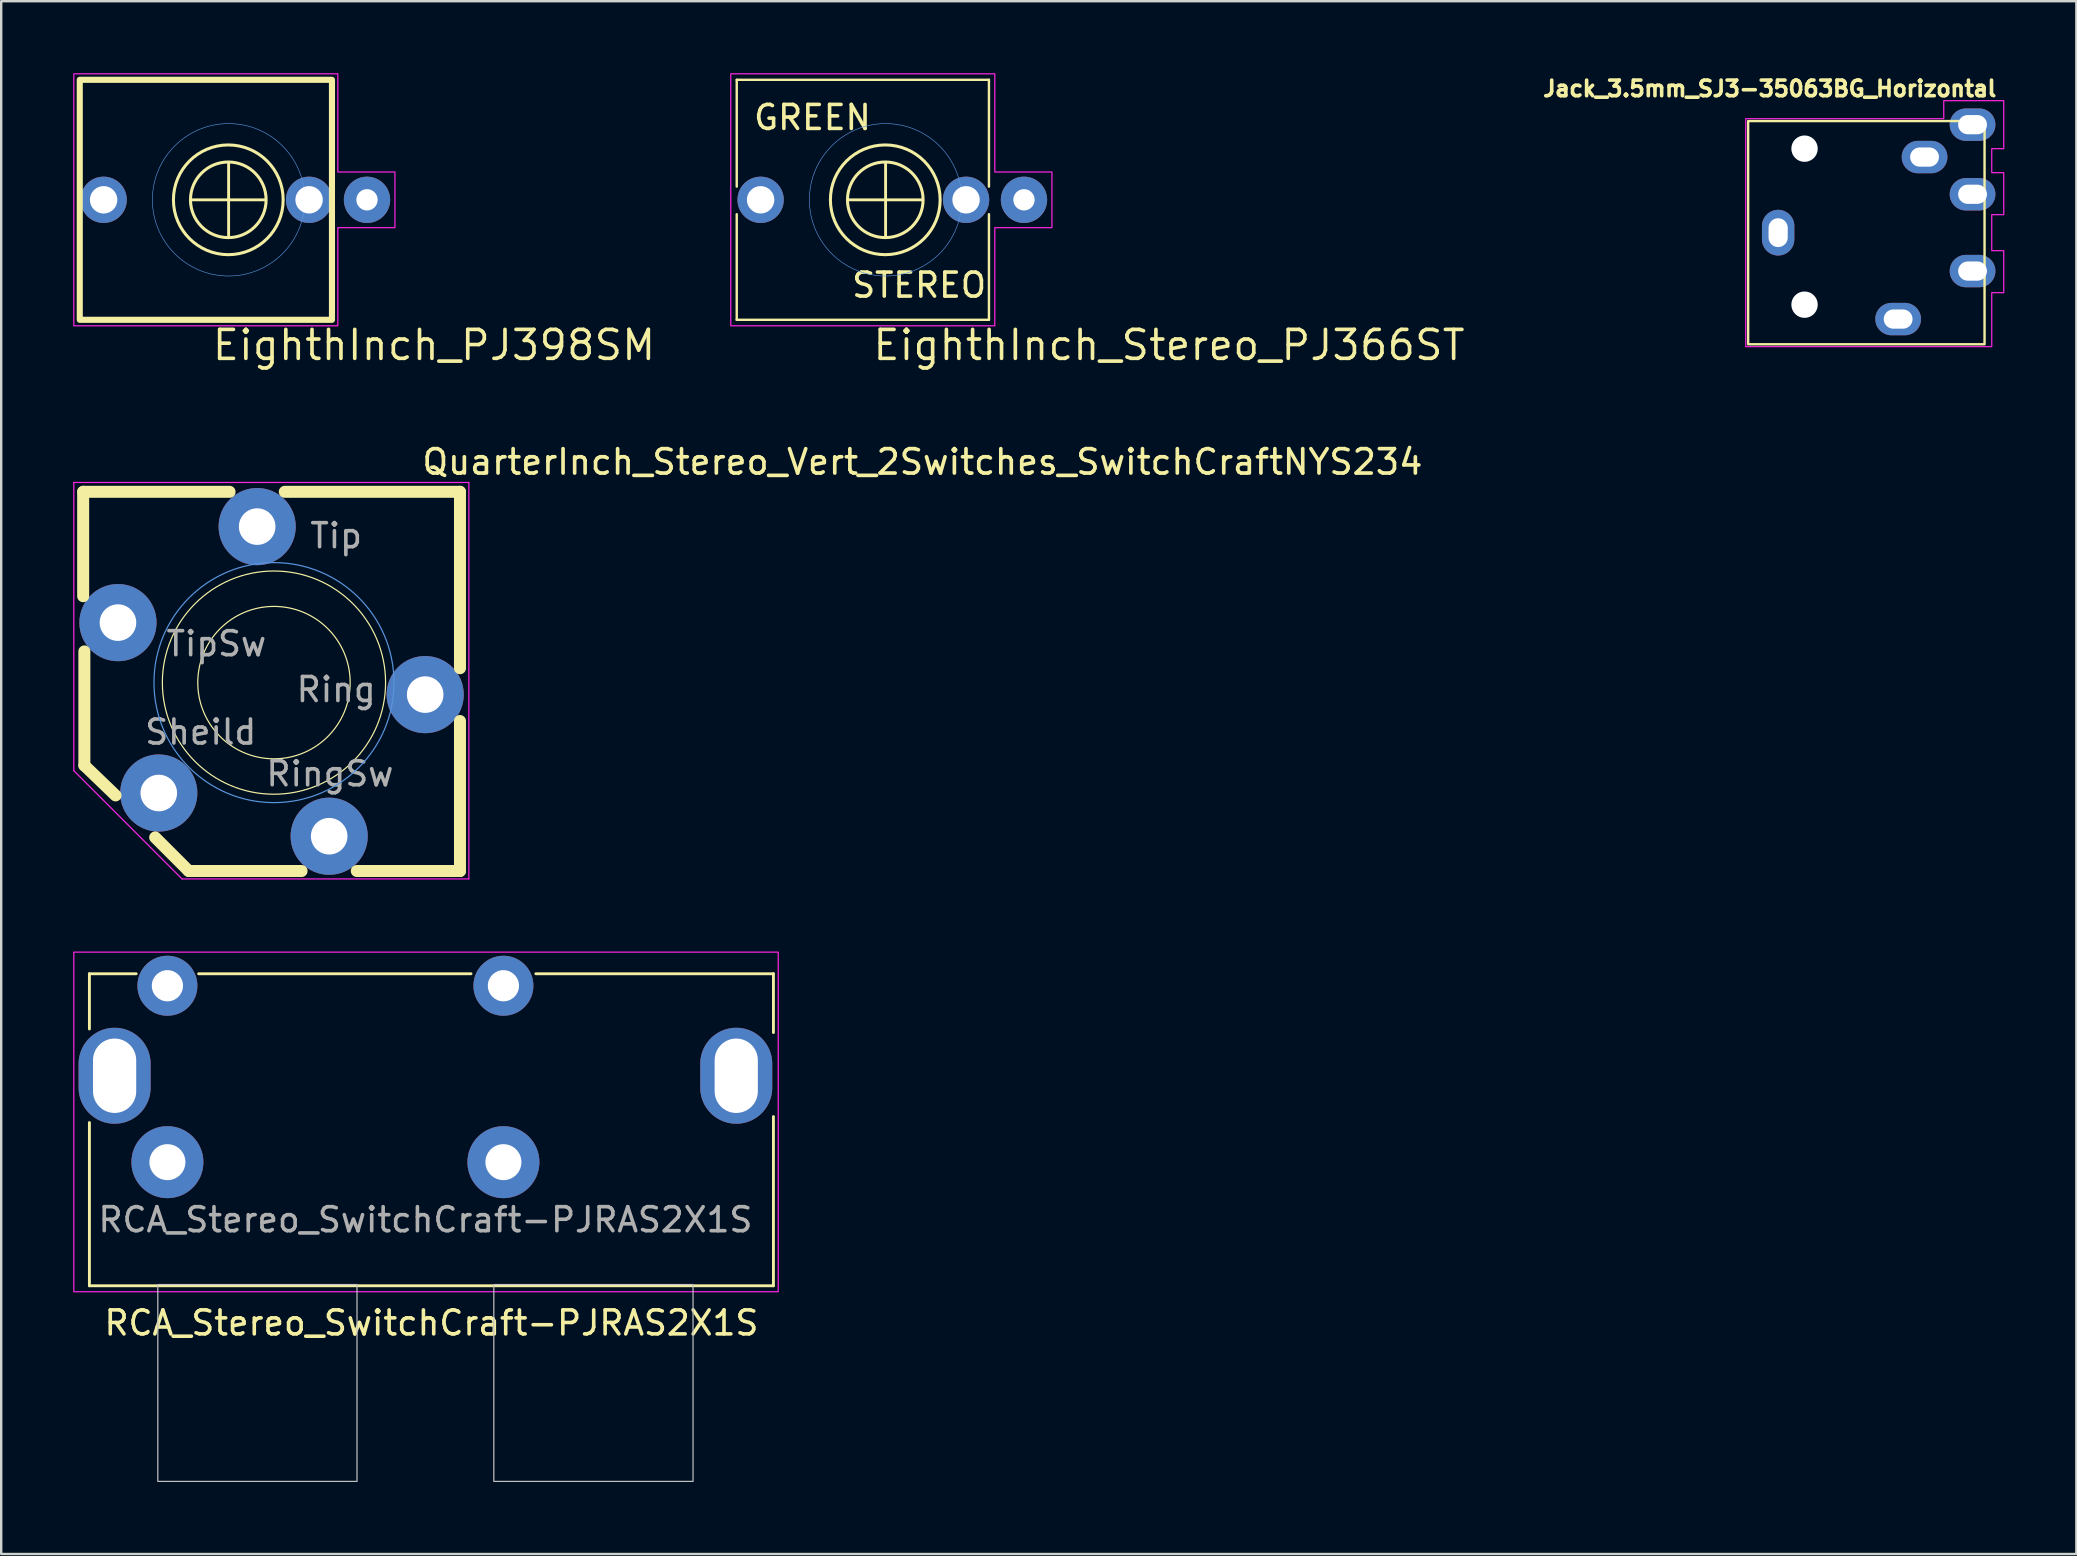
<source format=kicad_pcb>
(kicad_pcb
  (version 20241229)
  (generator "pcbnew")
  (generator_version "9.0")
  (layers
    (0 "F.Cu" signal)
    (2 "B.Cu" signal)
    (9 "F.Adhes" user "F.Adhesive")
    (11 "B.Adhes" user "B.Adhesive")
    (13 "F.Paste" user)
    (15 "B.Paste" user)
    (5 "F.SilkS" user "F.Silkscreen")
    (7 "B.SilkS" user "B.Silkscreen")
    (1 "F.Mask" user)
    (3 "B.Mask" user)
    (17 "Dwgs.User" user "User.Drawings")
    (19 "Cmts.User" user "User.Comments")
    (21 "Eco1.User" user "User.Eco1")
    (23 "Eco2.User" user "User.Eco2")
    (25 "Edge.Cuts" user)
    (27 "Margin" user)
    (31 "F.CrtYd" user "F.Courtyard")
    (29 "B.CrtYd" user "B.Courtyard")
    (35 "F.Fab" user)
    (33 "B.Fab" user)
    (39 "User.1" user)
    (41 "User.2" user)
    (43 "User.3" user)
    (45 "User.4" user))
  (footprint "QuarterInch_Stereo_Vert_2Switches_SwitchCraftNYS234"
    (layer "F.Cu")
    (at 8.365 25.391)
    (property "Reference" "QuarterInch_Stereo_Vert_2Switches_SwitchCraftNYS234" (at 6.09 -8.6 0) (layer "F.SilkS") (effects (font (size 1.016 1.016) (thickness 0.152)) (justify left bottom)))
    (attr through_hole)
    (fp_line (start -7.95 -7.95) (end -1.85 -7.95) (stroke (width 0.5) (type solid)) (layer "F.SilkS"))
    (fp_line (start -7.95 -3.6) (end -7.95 -7.95) (stroke (width 0.5) (type solid)) (layer "F.SilkS"))
    (fp_line (start -7.9 3.45) (end -7.9 -1.3) (stroke (width 0.5) (type solid)) (layer "F.SilkS"))
    (fp_line (start -6.6 4.7) (end -7.9 3.45) (stroke (width 0.5) (type solid)) (layer "F.SilkS"))
    (fp_line (start -3.55 7.85) (end -4.95 6.45) (stroke (width 0.5) (type solid)) (layer "F.SilkS"))
    (fp_line (start 0.45 -7.95) (end 7.75 -7.95) (stroke (width 0.5) (type solid)) (layer "F.SilkS"))
    (fp_line (start 1.15 7.85) (end -3.55 7.85) (stroke (width 0.5) (type solid)) (layer "F.SilkS"))
    (fp_line (start 7.75 -7.95) (end 7.75 -0.6) (stroke (width 0.5) (type solid)) (layer "F.SilkS"))
    (fp_line (start 7.75 1.6) (end 7.75 7.85) (stroke (width 0.5) (type solid)) (layer "F.SilkS"))
    (fp_line (start 7.75 7.85) (end 3.45 7.85) (stroke (width 0.5) (type solid)) (layer "F.SilkS"))
    (fp_circle (center 0 0) (end -4.65 0) (stroke (width 0.05) (type solid)) (fill no) (layer "F.SilkS"))
    (fp_circle (center 0 0) (end -3.175 0) (stroke (width 0.05) (type solid)) (fill no) (layer "F.SilkS"))
    (fp_circle (center 0 0) (end 0 -5) (stroke (width 0.05) (type solid)) (fill no) (layer "Cmts.User"))
    (fp_line (start -8.34 -8.34) (end 8.12 -8.34) (stroke (width 0.05) (type solid)) (layer "F.CrtYd"))
    (fp_line (start -8.34 3.67) (end -8.34 -8.34) (stroke (width 0.05) (type solid)) (layer "F.CrtYd"))
    (fp_line (start -3.83 8.18) (end -8.34 3.67) (stroke (width 0.05) (type solid)) (layer "F.CrtYd"))
    (fp_line (start 8.12 -8.34) (end 8.12 8.18) (stroke (width 0.05) (type solid)) (layer "F.CrtYd"))
    (fp_line (start 8.12 8.18) (end -3.83 8.18) (stroke (width 0.05) (type solid)) (layer "F.CrtYd"))
    (fp_text user "RingSw" (at -0.41 3.8 0) (layer "F.Fab") (effects (font (size 1 1) (thickness 0.15)) (justify left)))
    (fp_text user "Tip" (at 1.42 -6.12 180) (layer "F.Fab") (effects (font (size 1 1) (thickness 0.15)) (justify left)))
    (fp_text user "Ring" (at 0.85 0.29 0) (layer "F.Fab") (effects (font (size 1 1) (thickness 0.15)) (justify left)))
    (fp_text user "Sheild" (at -5.46 2.06 0) (layer "F.Fab") (effects (font (size 1 1) (thickness 0.15)) (justify left)))
    (fp_text user "TipSw" (at -4.57 -1.62 0) (layer "F.Fab") (effects (font (size 1 1) (thickness 0.15)) (justify left)))
    (pad "1" thru_hole circle (at -0.7 -6.5 270) (size 3.216 3.216) (drill 1.524) (layers "*.Cu" "*.Mask"))
    (pad "2" thru_hole circle (at -4.8 4.6 270) (size 3.216 3.216) (drill 1.524) (layers "*.Cu" "*.Mask"))
    (pad "3" thru_hole circle (at 6.3 0.5 270) (size 3.216 3.216) (drill 1.524) (layers "*.Cu" "*.Mask"))
    (pad "4" thru_hole circle (at -6.5 -2.5 270) (size 3.216 3.216) (drill 1.524) (layers "*.Cu" "*.Mask"))
    (pad "5" thru_hole circle (at 2.3 6.4 270) (size 3.216 3.216) (drill 1.524) (layers "*.Cu" "*.Mask")))
  (footprint "Jack_3.5mm_SJ3-35063BG_Horizontal"
    (layer "F.Cu")
    (at 69.686 6.644)
    (property "Reference" "Jack_3.5mm_SJ3-35063BG_Horizontal" (at 1 -6 180) (layer "F.SilkS") (effects (font (size 0.65 0.65) (thickness 0.15))))
    (attr smd)
    (fp_rect (start 0.1 -4.65) (end 9.95 4.65) (stroke (width 0.1) (type solid)) (fill no) (layer "F.SilkS"))
    (fp_poly (pts (xy 0 -4.75) (xy 8.25 -4.75) (xy 8.25 -5.5) (xy 10.75 -5.5) (xy 10.75 -3.5) (xy 10.25 -3.5) (xy 10.25 -2.5) (xy 10.75 -2.5) (xy 10.75 -0.75) (xy 10.25 -0.75) (xy 10.25 0.75) (xy 10.75 0.75) (xy 10.75 2.5) (xy 10.25 2.5) (xy 10.25 4.75) (xy 0 4.75)) (stroke (width 0.05) (type solid)) (fill no) (layer "F.CrtYd"))
    (pad "" np_thru_hole circle (at 2.45 -3.5) (size 1.1 1.1) (drill 1.1) (layers "*.Cu" "*.Mask"))
    (pad "" np_thru_hole circle (at 2.45 3) (size 1.1 1.1) (drill 1.1) (layers "*.Cu" "*.Mask"))
    (pad "1" thru_hole oval (at 1.35 0 90) (size 1.905 1.35) (drill oval 1.2 0.8) (layers "*.Cu" "*.Mask"))
    (pad "2" thru_hole oval (at 9.45 -1.6 180) (size 1.905 1.35) (drill oval 1.2 0.8) (layers "*.Cu" "*.Mask"))
    (pad "3" thru_hole oval (at 6.35 3.6 180) (size 1.905 1.35) (drill oval 1.2 0.8) (layers "*.Cu" "*.Mask"))
    (pad "4" thru_hole oval (at 9.45 1.6 180) (size 1.905 1.35) (drill oval 1.2 0.8) (layers "*.Cu" "*.Mask"))
    (pad "5" thru_hole oval (at 7.45 -3.15 180) (size 1.905 1.35) (drill oval 1.2 0.8) (layers "*.Cu" "*.Mask"))
    (pad "6" thru_hole oval (at 9.45 -4.5 180) (size 1.905 1.35) (drill oval 1.2 0.8) (layers "*.Cu" "*.Mask")))
  (footprint "RCA_Stereo_SwitchCraft-PJRAS2X1S"
    (layer "F.Cu")
    (at 14.675 45.271)
    (property "Reference" "RCA_Stereo_SwitchCraft-PJRAS2X1S" (at 0.25 6.8 0) (unlocked yes) (layer "F.SilkS") (effects (font (size 1 1) (thickness 0.15))))
    (attr smd)
    (fp_line (start -14 -7.75) (end -14 -5.45) (stroke (width 0.12) (type default)) (layer "F.SilkS"))
    (fp_line (start -14 -1.55) (end -14 5.25) (stroke (width 0.12) (type default)) (layer "F.SilkS"))
    (fp_line (start -14 5.25) (end 14.5 5.25) (stroke (width 0.12) (type solid)) (layer "F.SilkS"))
    (fp_line (start -12.05 -7.75) (end -14 -7.75) (stroke (width 0.12) (type default)) (layer "F.SilkS"))
    (fp_line (start 1.9 -7.75) (end -9.45 -7.75) (stroke (width 0.12) (type default)) (layer "F.SilkS"))
    (fp_line (start 14.5 -7.75) (end 4.6 -7.75) (stroke (width 0.12) (type default)) (layer "F.SilkS"))
    (fp_line (start 14.5 -5.3) (end 14.5 -7.75) (stroke (width 0.12) (type default)) (layer "F.SilkS"))
    (fp_line (start 14.5 5.25) (end 14.5 -1.8) (stroke (width 0.12) (type default)) (layer "F.SilkS"))
    (fp_rect (start -11.15 5.2) (end -2.85 13.4) (stroke (width 0.05) (type solid)) (fill no) (layer "Dwgs.User"))
    (fp_rect (start 2.85 5.2) (end 11.15 13.4) (stroke (width 0.05) (type solid)) (fill no) (layer "Dwgs.User"))
    (fp_rect (start -14.65 -8.65) (end 14.7 5.5) (stroke (width 0.05) (type default)) (fill no) (layer "F.CrtYd"))
    (fp_text user "${REFERENCE}" (at 0 2.5 0) (unlocked yes) (layer "F.Fab") (effects (font (size 1 1) (thickness 0.15))))
    (pad "S1" thru_hole oval (at -12.95 -3.5 90) (size 4 3) (drill oval 3.1 1.8) (property pad_prop_mechanical) (layers "*.Cu" "*.Mask"))
    (pad "S1" thru_hole circle (at -10.75 0.1) (size 3 3) (drill 1.5) (layers "*.Cu" "*.Mask"))
    (pad "S2" thru_hole circle (at 3.25 0.1) (size 3 3) (drill 1.5) (layers "*.Cu" "*.Mask"))
    (pad "S2" thru_hole oval (at 12.95 -3.5 90) (size 4 3) (drill oval 3.1 1.8) (property pad_prop_mechanical) (layers "*.Cu" "*.Mask"))
    (pad "T1" thru_hole circle (at -10.75 -7.25) (size 2.5 2.5) (drill 1.3) (layers "*.Cu" "*.Mask"))
    (pad "T2" thru_hole circle (at 3.25 -7.25) (size 2.5 2.5) (drill 1.3) (layers "*.Cu" "*.Mask")))
  (footprint "EighthInch_Stereo_PJ366ST"
    (layer "F.Cu")
    (at 33.848 5.275)
    (property "Reference" "EighthInch_Stereo_PJ366ST" (at -0.61 6.76 0) (layer "F.SilkS") (effects (font (size 1.206 1.206) (thickness 0.152)) (justify left bottom)))
    (attr through_hole)
    (fp_line (start -6.202 -5) (end 4.306 -5) (stroke (width 0.1) (type solid)) (layer "F.SilkS"))
    (fp_line (start -6.202 -0.55) (end -6.202 -5) (stroke (width 0.1) (type solid)) (layer "F.SilkS"))
    (fp_line (start -6.202 5) (end -6.202 0.6) (stroke (width 0.1) (type solid)) (layer "F.SilkS"))
    (fp_line (start -1.5 0) (end 1.5 0) (stroke (width 0.12) (type solid)) (layer "F.SilkS"))
    (fp_line (start 0 1.5) (end 0 -1.5) (stroke (width 0.12) (type solid)) (layer "F.SilkS"))
    (fp_line (start 4.306 -0.55) (end 4.306 -5) (stroke (width 0.1) (type solid)) (layer "F.SilkS"))
    (fp_line (start 4.306 5) (end -6.202 5) (stroke (width 0.1) (type solid)) (layer "F.SilkS"))
    (fp_line (start 4.306 5) (end 4.306 0.6) (stroke (width 0.1) (type solid)) (layer "F.SilkS"))
    (fp_circle (center -0.013 0) (end 1.562 0) (stroke (width 0.127) (type solid)) (fill no) (layer "F.SilkS"))
    (fp_circle (center -0.013 0) (end 2.273 0) (stroke (width 0.127) (type solid)) (fill no) (layer "F.SilkS"))
    (fp_circle (center 0 0) (end 3.175 0) (stroke (width 0.025) (type solid)) (fill no) (layer "Cmts.User"))
    (fp_poly (pts (xy 4.55 5.25) (xy -6.45 5.25) (xy -6.45 -5.25) (xy 4.55 -5.25) (xy 4.55 -1.16) (xy 6.93 -1.16) (xy 6.93 1.16) (xy 4.55 1.16)) (stroke (width 0.05) (type solid)) (fill no) (layer "F.CrtYd"))
    (fp_text user "STEREO" (at 1.397 3.556 0) (layer "F.SilkS") (effects (font (size 1 1) (thickness 0.15))))
    (fp_text user "GREEN" (at -3.048 -3.429 0) (layer "F.SilkS") (effects (font (size 1 1) (thickness 0.15))))
    (pad "1" thru_hole circle (at -5.207 0) (size 1.93 1.93) (drill 1.143) (layers "*.Cu" "*.Mask"))
    (pad "2" thru_hole circle (at 5.766 0) (size 1.93 1.93) (drill 0.889) (layers "*.Cu" "*.Mask"))
    (pad "3" thru_hole circle (at 3.353 0) (size 1.93 1.93) (drill 1.143) (layers "*.Cu" "*.Mask")))
  (footprint "EighthInch_PJ398SM"
    (layer "F.Cu")
    (at 6.475 5.275)
    (property "Reference" "EighthInch_PJ398SM" (at -0.76 6.76 0) (layer "F.SilkS") (effects (font (size 1.206 1.206) (thickness 0.152)) (justify left bottom)))
    (attr through_hole)
    (fp_line (start -1.5 0) (end 1.5 0) (stroke (width 0.12) (type solid)) (layer "F.SilkS"))
    (fp_line (start 0 1.5) (end 0 -1.5) (stroke (width 0.12) (type solid)) (layer "F.SilkS"))
    (fp_circle (center -0.013 0) (end 1.562 0) (stroke (width 0.127) (type solid)) (fill no) (layer "F.SilkS"))
    (fp_circle (center -0.013 0) (end 2.273 0) (stroke (width 0.127) (type solid)) (fill no) (layer "F.SilkS"))
    (fp_poly (pts (xy 4.306 -5) (xy 4.306 5) (xy -6.202 5) (xy -6.202 -5)) (stroke (width 0.254) (type solid)) (fill no) (layer "F.SilkS"))
    (fp_circle (center 0 0) (end 3.175 0) (stroke (width 0.025) (type solid)) (fill no) (layer "Cmts.User"))
    (fp_poly (pts (xy 4.55 5.25) (xy -6.45 5.25) (xy -6.45 -5.25) (xy 4.55 -5.25) (xy 4.55 -1.16) (xy 6.93 -1.16) (xy 6.93 1.16) (xy 4.55 1.16)) (stroke (width 0.05) (type solid)) (fill no) (layer "F.CrtYd"))
    (pad "1" thru_hole circle (at -5.207 0) (size 1.93 1.93) (drill 1.143) (layers "*.Cu" "*.Mask"))
    (pad "2" thru_hole circle (at 5.766 0) (size 1.93 1.93) (drill 0.889) (layers "*.Cu" "*.Mask"))
    (pad "3" thru_hole circle (at 3.353 0) (size 1.93 1.93) (drill 1.143) (layers "*.Cu" "*.Mask")))
  (gr_rect
    (start -3 -3)
    (end 83.461 61.696)
    (stroke (width 0.1) (type default))
    (fill no)
    (layer "Edge.Cuts")))
</source>
